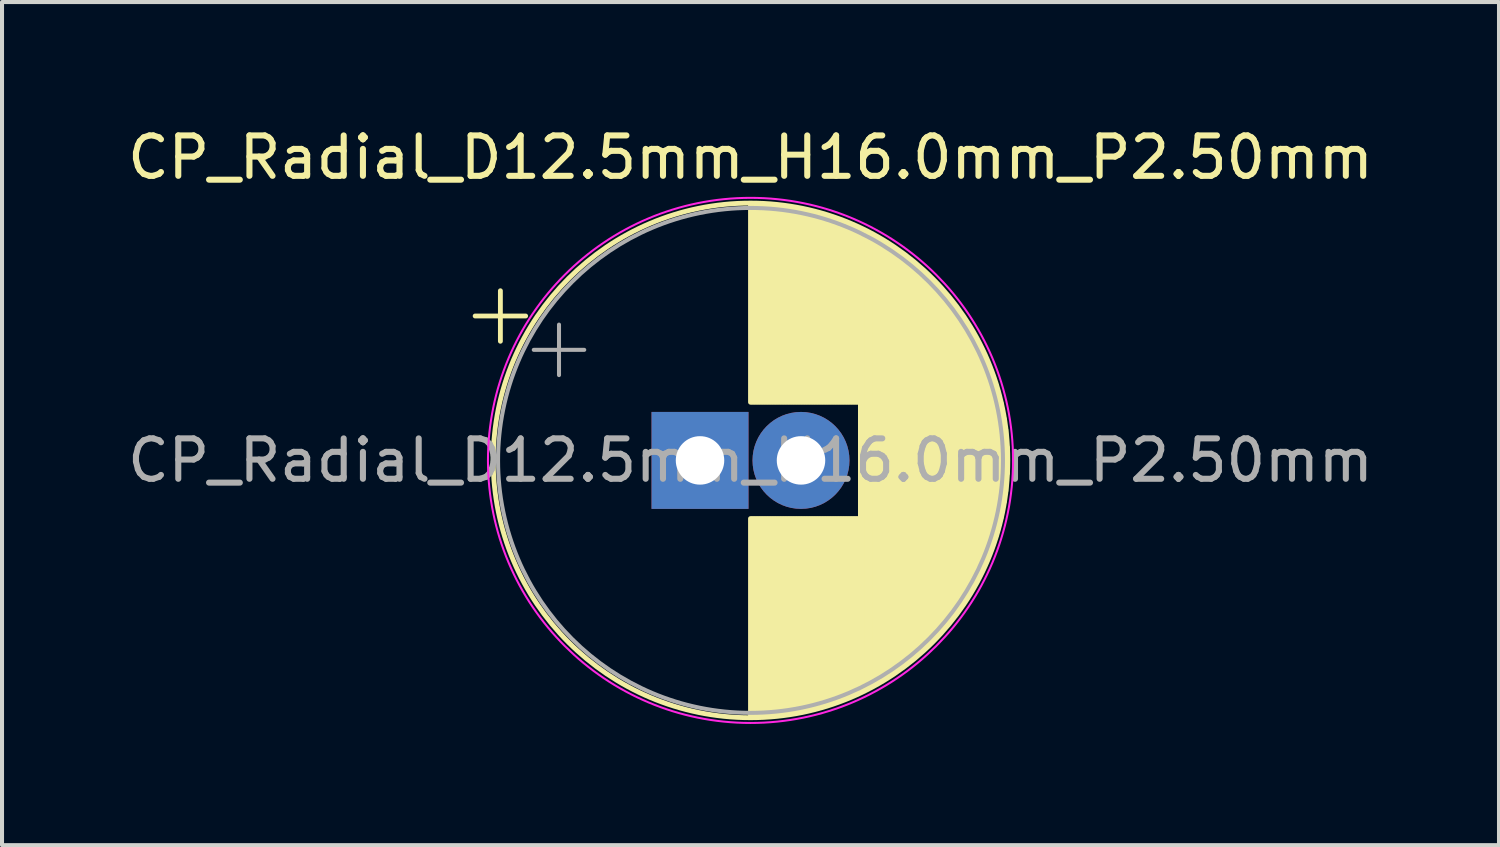
<source format=kicad_pcb>
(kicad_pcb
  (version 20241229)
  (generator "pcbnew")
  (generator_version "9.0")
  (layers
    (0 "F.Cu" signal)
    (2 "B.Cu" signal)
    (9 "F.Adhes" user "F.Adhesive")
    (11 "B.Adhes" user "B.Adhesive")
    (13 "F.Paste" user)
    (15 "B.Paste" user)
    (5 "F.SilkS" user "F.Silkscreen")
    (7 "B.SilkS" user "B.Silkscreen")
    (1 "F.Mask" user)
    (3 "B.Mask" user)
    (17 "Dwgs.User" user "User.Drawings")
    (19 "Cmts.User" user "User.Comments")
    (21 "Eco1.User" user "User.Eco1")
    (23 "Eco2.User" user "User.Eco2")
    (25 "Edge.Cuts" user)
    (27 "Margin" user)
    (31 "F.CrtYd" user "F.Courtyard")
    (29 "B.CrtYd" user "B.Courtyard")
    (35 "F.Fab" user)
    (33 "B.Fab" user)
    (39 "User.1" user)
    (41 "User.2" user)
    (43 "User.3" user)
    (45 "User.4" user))
  (footprint "CP_Radial_D12.5mm_H16.0mm_P2.50mm"
    (layer "F.Cu")
    (at 14.28 8.348)
    (property "Reference" "CP_Radial_D12.5mm_H16.0mm_P2.50mm" (at 1.25 -7.5 0) (layer "F.SilkS") (effects (font (size 1 1) (thickness 0.15))))
    (attr through_hole)
    (fp_line (start -5.567 -3.575) (end -4.317 -3.575) (stroke (width 0.12) (type solid)) (layer "F.SilkS"))
    (fp_line (start -4.942 -4.2) (end -4.942 -2.95) (stroke (width 0.12) (type solid)) (layer "F.SilkS"))
    (fp_line (start 1.25 -6.33) (end 1.25 -1.44) (stroke (width 0.12) (type solid)) (layer "F.SilkS"))
    (fp_line (start 1.25 1.44) (end 1.25 6.33) (stroke (width 0.12) (type solid)) (layer "F.SilkS"))
    (fp_line (start 1.29 -6.33) (end 1.29 -1.44) (stroke (width 0.12) (type solid)) (layer "F.SilkS"))
    (fp_line (start 1.29 1.44) (end 1.29 6.33) (stroke (width 0.12) (type solid)) (layer "F.SilkS"))
    (fp_line (start 1.33 -6.33) (end 1.33 -1.44) (stroke (width 0.12) (type solid)) (layer "F.SilkS"))
    (fp_line (start 1.33 1.44) (end 1.33 6.33) (stroke (width 0.12) (type solid)) (layer "F.SilkS"))
    (fp_line (start 1.37 -6.329) (end 1.37 -1.44) (stroke (width 0.12) (type solid)) (layer "F.SilkS"))
    (fp_line (start 1.37 1.44) (end 1.37 6.329) (stroke (width 0.12) (type solid)) (layer "F.SilkS"))
    (fp_line (start 1.41 -6.328) (end 1.41 -1.44) (stroke (width 0.12) (type solid)) (layer "F.SilkS"))
    (fp_line (start 1.41 1.44) (end 1.41 6.328) (stroke (width 0.12) (type solid)) (layer "F.SilkS"))
    (fp_line (start 1.45 -6.327) (end 1.45 -1.44) (stroke (width 0.12) (type solid)) (layer "F.SilkS"))
    (fp_line (start 1.45 1.44) (end 1.45 6.327) (stroke (width 0.12) (type solid)) (layer "F.SilkS"))
    (fp_line (start 1.49 -6.326) (end 1.49 -1.44) (stroke (width 0.12) (type solid)) (layer "F.SilkS"))
    (fp_line (start 1.49 1.44) (end 1.49 6.326) (stroke (width 0.12) (type solid)) (layer "F.SilkS"))
    (fp_line (start 1.53 -6.324) (end 1.53 -1.44) (stroke (width 0.12) (type solid)) (layer "F.SilkS"))
    (fp_line (start 1.53 1.44) (end 1.53 6.324) (stroke (width 0.12) (type solid)) (layer "F.SilkS"))
    (fp_line (start 1.57 -6.322) (end 1.57 -1.44) (stroke (width 0.12) (type solid)) (layer "F.SilkS"))
    (fp_line (start 1.57 1.44) (end 1.57 6.322) (stroke (width 0.12) (type solid)) (layer "F.SilkS"))
    (fp_line (start 1.61 -6.32) (end 1.61 -1.44) (stroke (width 0.12) (type solid)) (layer "F.SilkS"))
    (fp_line (start 1.61 1.44) (end 1.61 6.32) (stroke (width 0.12) (type solid)) (layer "F.SilkS"))
    (fp_line (start 1.65 -6.318) (end 1.65 -1.44) (stroke (width 0.12) (type solid)) (layer "F.SilkS"))
    (fp_line (start 1.65 1.44) (end 1.65 6.318) (stroke (width 0.12) (type solid)) (layer "F.SilkS"))
    (fp_line (start 1.69 -6.315) (end 1.69 -1.44) (stroke (width 0.12) (type solid)) (layer "F.SilkS"))
    (fp_line (start 1.69 1.44) (end 1.69 6.315) (stroke (width 0.12) (type solid)) (layer "F.SilkS"))
    (fp_line (start 1.73 -6.312) (end 1.73 -1.44) (stroke (width 0.12) (type solid)) (layer "F.SilkS"))
    (fp_line (start 1.73 1.44) (end 1.73 6.312) (stroke (width 0.12) (type solid)) (layer "F.SilkS"))
    (fp_line (start 1.77 -6.309) (end 1.77 -1.44) (stroke (width 0.12) (type solid)) (layer "F.SilkS"))
    (fp_line (start 1.77 1.44) (end 1.77 6.309) (stroke (width 0.12) (type solid)) (layer "F.SilkS"))
    (fp_line (start 1.81 -6.306) (end 1.81 -1.44) (stroke (width 0.12) (type solid)) (layer "F.SilkS"))
    (fp_line (start 1.81 1.44) (end 1.81 6.306) (stroke (width 0.12) (type solid)) (layer "F.SilkS"))
    (fp_line (start 1.85 -6.302) (end 1.85 -1.44) (stroke (width 0.12) (type solid)) (layer "F.SilkS"))
    (fp_line (start 1.85 1.44) (end 1.85 6.302) (stroke (width 0.12) (type solid)) (layer "F.SilkS"))
    (fp_line (start 1.89 -6.298) (end 1.89 -1.44) (stroke (width 0.12) (type solid)) (layer "F.SilkS"))
    (fp_line (start 1.89 1.44) (end 1.89 6.298) (stroke (width 0.12) (type solid)) (layer "F.SilkS"))
    (fp_line (start 1.93 -6.294) (end 1.93 -1.44) (stroke (width 0.12) (type solid)) (layer "F.SilkS"))
    (fp_line (start 1.93 1.44) (end 1.93 6.294) (stroke (width 0.12) (type solid)) (layer "F.SilkS"))
    (fp_line (start 1.971 -6.29) (end 1.971 -1.44) (stroke (width 0.12) (type solid)) (layer "F.SilkS"))
    (fp_line (start 1.971 1.44) (end 1.971 6.29) (stroke (width 0.12) (type solid)) (layer "F.SilkS"))
    (fp_line (start 2.011 -6.285) (end 2.011 -1.44) (stroke (width 0.12) (type solid)) (layer "F.SilkS"))
    (fp_line (start 2.011 1.44) (end 2.011 6.285) (stroke (width 0.12) (type solid)) (layer "F.SilkS"))
    (fp_line (start 2.051 -6.28) (end 2.051 -1.44) (stroke (width 0.12) (type solid)) (layer "F.SilkS"))
    (fp_line (start 2.051 1.44) (end 2.051 6.28) (stroke (width 0.12) (type solid)) (layer "F.SilkS"))
    (fp_line (start 2.091 -6.275) (end 2.091 -1.44) (stroke (width 0.12) (type solid)) (layer "F.SilkS"))
    (fp_line (start 2.091 1.44) (end 2.091 6.275) (stroke (width 0.12) (type solid)) (layer "F.SilkS"))
    (fp_line (start 2.131 -6.269) (end 2.131 -1.44) (stroke (width 0.12) (type solid)) (layer "F.SilkS"))
    (fp_line (start 2.131 1.44) (end 2.131 6.269) (stroke (width 0.12) (type solid)) (layer "F.SilkS"))
    (fp_line (start 2.171 -6.264) (end 2.171 -1.44) (stroke (width 0.12) (type solid)) (layer "F.SilkS"))
    (fp_line (start 2.171 1.44) (end 2.171 6.264) (stroke (width 0.12) (type solid)) (layer "F.SilkS"))
    (fp_line (start 2.211 -6.258) (end 2.211 -1.44) (stroke (width 0.12) (type solid)) (layer "F.SilkS"))
    (fp_line (start 2.211 1.44) (end 2.211 6.258) (stroke (width 0.12) (type solid)) (layer "F.SilkS"))
    (fp_line (start 2.251 -6.252) (end 2.251 -1.44) (stroke (width 0.12) (type solid)) (layer "F.SilkS"))
    (fp_line (start 2.251 1.44) (end 2.251 6.252) (stroke (width 0.12) (type solid)) (layer "F.SilkS"))
    (fp_line (start 2.291 -6.245) (end 2.291 -1.44) (stroke (width 0.12) (type solid)) (layer "F.SilkS"))
    (fp_line (start 2.291 1.44) (end 2.291 6.245) (stroke (width 0.12) (type solid)) (layer "F.SilkS"))
    (fp_line (start 2.331 -6.238) (end 2.331 -1.44) (stroke (width 0.12) (type solid)) (layer "F.SilkS"))
    (fp_line (start 2.331 1.44) (end 2.331 6.238) (stroke (width 0.12) (type solid)) (layer "F.SilkS"))
    (fp_line (start 2.371 -6.231) (end 2.371 -1.44) (stroke (width 0.12) (type solid)) (layer "F.SilkS"))
    (fp_line (start 2.371 1.44) (end 2.371 6.231) (stroke (width 0.12) (type solid)) (layer "F.SilkS"))
    (fp_line (start 2.411 -6.224) (end 2.411 -1.44) (stroke (width 0.12) (type solid)) (layer "F.SilkS"))
    (fp_line (start 2.411 1.44) (end 2.411 6.224) (stroke (width 0.12) (type solid)) (layer "F.SilkS"))
    (fp_line (start 2.451 -6.216) (end 2.451 -1.44) (stroke (width 0.12) (type solid)) (layer "F.SilkS"))
    (fp_line (start 2.451 1.44) (end 2.451 6.216) (stroke (width 0.12) (type solid)) (layer "F.SilkS"))
    (fp_line (start 2.491 -6.209) (end 2.491 -1.44) (stroke (width 0.12) (type solid)) (layer "F.SilkS"))
    (fp_line (start 2.491 1.44) (end 2.491 6.209) (stroke (width 0.12) (type solid)) (layer "F.SilkS"))
    (fp_line (start 2.531 -6.201) (end 2.531 -1.44) (stroke (width 0.12) (type solid)) (layer "F.SilkS"))
    (fp_line (start 2.531 1.44) (end 2.531 6.201) (stroke (width 0.12) (type solid)) (layer "F.SilkS"))
    (fp_line (start 2.571 -6.192) (end 2.571 -1.44) (stroke (width 0.12) (type solid)) (layer "F.SilkS"))
    (fp_line (start 2.571 1.44) (end 2.571 6.192) (stroke (width 0.12) (type solid)) (layer "F.SilkS"))
    (fp_line (start 2.611 -6.184) (end 2.611 -1.44) (stroke (width 0.12) (type solid)) (layer "F.SilkS"))
    (fp_line (start 2.611 1.44) (end 2.611 6.184) (stroke (width 0.12) (type solid)) (layer "F.SilkS"))
    (fp_line (start 2.651 -6.175) (end 2.651 -1.44) (stroke (width 0.12) (type solid)) (layer "F.SilkS"))
    (fp_line (start 2.651 1.44) (end 2.651 6.175) (stroke (width 0.12) (type solid)) (layer "F.SilkS"))
    (fp_line (start 2.691 -6.166) (end 2.691 -1.44) (stroke (width 0.12) (type solid)) (layer "F.SilkS"))
    (fp_line (start 2.691 1.44) (end 2.691 6.166) (stroke (width 0.12) (type solid)) (layer "F.SilkS"))
    (fp_line (start 2.731 -6.156) (end 2.731 -1.44) (stroke (width 0.12) (type solid)) (layer "F.SilkS"))
    (fp_line (start 2.731 1.44) (end 2.731 6.156) (stroke (width 0.12) (type solid)) (layer "F.SilkS"))
    (fp_line (start 2.771 -6.146) (end 2.771 -1.44) (stroke (width 0.12) (type solid)) (layer "F.SilkS"))
    (fp_line (start 2.771 1.44) (end 2.771 6.146) (stroke (width 0.12) (type solid)) (layer "F.SilkS"))
    (fp_line (start 2.811 -6.137) (end 2.811 -1.44) (stroke (width 0.12) (type solid)) (layer "F.SilkS"))
    (fp_line (start 2.811 1.44) (end 2.811 6.137) (stroke (width 0.12) (type solid)) (layer "F.SilkS"))
    (fp_line (start 2.851 -6.126) (end 2.851 -1.44) (stroke (width 0.12) (type solid)) (layer "F.SilkS"))
    (fp_line (start 2.851 1.44) (end 2.851 6.126) (stroke (width 0.12) (type solid)) (layer "F.SilkS"))
    (fp_line (start 2.891 -6.116) (end 2.891 -1.44) (stroke (width 0.12) (type solid)) (layer "F.SilkS"))
    (fp_line (start 2.891 1.44) (end 2.891 6.116) (stroke (width 0.12) (type solid)) (layer "F.SilkS"))
    (fp_line (start 2.931 -6.105) (end 2.931 -1.44) (stroke (width 0.12) (type solid)) (layer "F.SilkS"))
    (fp_line (start 2.931 1.44) (end 2.931 6.105) (stroke (width 0.12) (type solid)) (layer "F.SilkS"))
    (fp_line (start 2.971 -6.094) (end 2.971 -1.44) (stroke (width 0.12) (type solid)) (layer "F.SilkS"))
    (fp_line (start 2.971 1.44) (end 2.971 6.094) (stroke (width 0.12) (type solid)) (layer "F.SilkS"))
    (fp_line (start 3.011 -6.083) (end 3.011 -1.44) (stroke (width 0.12) (type solid)) (layer "F.SilkS"))
    (fp_line (start 3.011 1.44) (end 3.011 6.083) (stroke (width 0.12) (type solid)) (layer "F.SilkS"))
    (fp_line (start 3.051 -6.071) (end 3.051 -1.44) (stroke (width 0.12) (type solid)) (layer "F.SilkS"))
    (fp_line (start 3.051 1.44) (end 3.051 6.071) (stroke (width 0.12) (type solid)) (layer "F.SilkS"))
    (fp_line (start 3.091 -6.059) (end 3.091 -1.44) (stroke (width 0.12) (type solid)) (layer "F.SilkS"))
    (fp_line (start 3.091 1.44) (end 3.091 6.059) (stroke (width 0.12) (type solid)) (layer "F.SilkS"))
    (fp_line (start 3.131 -6.047) (end 3.131 -1.44) (stroke (width 0.12) (type solid)) (layer "F.SilkS"))
    (fp_line (start 3.131 1.44) (end 3.131 6.047) (stroke (width 0.12) (type solid)) (layer "F.SilkS"))
    (fp_line (start 3.171 -6.034) (end 3.171 -1.44) (stroke (width 0.12) (type solid)) (layer "F.SilkS"))
    (fp_line (start 3.171 1.44) (end 3.171 6.034) (stroke (width 0.12) (type solid)) (layer "F.SilkS"))
    (fp_line (start 3.211 -6.021) (end 3.211 -1.44) (stroke (width 0.12) (type solid)) (layer "F.SilkS"))
    (fp_line (start 3.211 1.44) (end 3.211 6.021) (stroke (width 0.12) (type solid)) (layer "F.SilkS"))
    (fp_line (start 3.251 -6.008) (end 3.251 -1.44) (stroke (width 0.12) (type solid)) (layer "F.SilkS"))
    (fp_line (start 3.251 1.44) (end 3.251 6.008) (stroke (width 0.12) (type solid)) (layer "F.SilkS"))
    (fp_line (start 3.291 -5.995) (end 3.291 -1.44) (stroke (width 0.12) (type solid)) (layer "F.SilkS"))
    (fp_line (start 3.291 1.44) (end 3.291 5.995) (stroke (width 0.12) (type solid)) (layer "F.SilkS"))
    (fp_line (start 3.331 -5.981) (end 3.331 -1.44) (stroke (width 0.12) (type solid)) (layer "F.SilkS"))
    (fp_line (start 3.331 1.44) (end 3.331 5.981) (stroke (width 0.12) (type solid)) (layer "F.SilkS"))
    (fp_line (start 3.371 -5.967) (end 3.371 -1.44) (stroke (width 0.12) (type solid)) (layer "F.SilkS"))
    (fp_line (start 3.371 1.44) (end 3.371 5.967) (stroke (width 0.12) (type solid)) (layer "F.SilkS"))
    (fp_line (start 3.411 -5.953) (end 3.411 -1.44) (stroke (width 0.12) (type solid)) (layer "F.SilkS"))
    (fp_line (start 3.411 1.44) (end 3.411 5.953) (stroke (width 0.12) (type solid)) (layer "F.SilkS"))
    (fp_line (start 3.451 -5.939) (end 3.451 -1.44) (stroke (width 0.12) (type solid)) (layer "F.SilkS"))
    (fp_line (start 3.451 1.44) (end 3.451 5.939) (stroke (width 0.12) (type solid)) (layer "F.SilkS"))
    (fp_line (start 3.491 -5.924) (end 3.491 -1.44) (stroke (width 0.12) (type solid)) (layer "F.SilkS"))
    (fp_line (start 3.491 1.44) (end 3.491 5.924) (stroke (width 0.12) (type solid)) (layer "F.SilkS"))
    (fp_line (start 3.531 -5.908) (end 3.531 -1.44) (stroke (width 0.12) (type solid)) (layer "F.SilkS"))
    (fp_line (start 3.531 1.44) (end 3.531 5.908) (stroke (width 0.12) (type solid)) (layer "F.SilkS"))
    (fp_line (start 3.571 -5.893) (end 3.571 -1.44) (stroke (width 0.12) (type solid)) (layer "F.SilkS"))
    (fp_line (start 3.571 1.44) (end 3.571 5.893) (stroke (width 0.12) (type solid)) (layer "F.SilkS"))
    (fp_line (start 3.611 -5.877) (end 3.611 -1.44) (stroke (width 0.12) (type solid)) (layer "F.SilkS"))
    (fp_line (start 3.611 1.44) (end 3.611 5.877) (stroke (width 0.12) (type solid)) (layer "F.SilkS"))
    (fp_line (start 3.651 -5.861) (end 3.651 -1.44) (stroke (width 0.12) (type solid)) (layer "F.SilkS"))
    (fp_line (start 3.651 1.44) (end 3.651 5.861) (stroke (width 0.12) (type solid)) (layer "F.SilkS"))
    (fp_line (start 3.691 -5.845) (end 3.691 -1.44) (stroke (width 0.12) (type solid)) (layer "F.SilkS"))
    (fp_line (start 3.691 1.44) (end 3.691 5.845) (stroke (width 0.12) (type solid)) (layer "F.SilkS"))
    (fp_line (start 3.731 -5.828) (end 3.731 -1.44) (stroke (width 0.12) (type solid)) (layer "F.SilkS"))
    (fp_line (start 3.731 1.44) (end 3.731 5.828) (stroke (width 0.12) (type solid)) (layer "F.SilkS"))
    (fp_line (start 3.771 -5.811) (end 3.771 -1.44) (stroke (width 0.12) (type solid)) (layer "F.SilkS"))
    (fp_line (start 3.771 1.44) (end 3.771 5.811) (stroke (width 0.12) (type solid)) (layer "F.SilkS"))
    (fp_line (start 3.811 -5.793) (end 3.811 -1.44) (stroke (width 0.12) (type solid)) (layer "F.SilkS"))
    (fp_line (start 3.811 1.44) (end 3.811 5.793) (stroke (width 0.12) (type solid)) (layer "F.SilkS"))
    (fp_line (start 3.851 -5.776) (end 3.851 -1.44) (stroke (width 0.12) (type solid)) (layer "F.SilkS"))
    (fp_line (start 3.851 1.44) (end 3.851 5.776) (stroke (width 0.12) (type solid)) (layer "F.SilkS"))
    (fp_line (start 3.891 -5.758) (end 3.891 -1.44) (stroke (width 0.12) (type solid)) (layer "F.SilkS"))
    (fp_line (start 3.891 1.44) (end 3.891 5.758) (stroke (width 0.12) (type solid)) (layer "F.SilkS"))
    (fp_line (start 3.931 -5.739) (end 3.931 -1.44) (stroke (width 0.12) (type solid)) (layer "F.SilkS"))
    (fp_line (start 3.931 1.44) (end 3.931 5.739) (stroke (width 0.12) (type solid)) (layer "F.SilkS"))
    (fp_line (start 3.971 -5.721) (end 3.971 5.721) (stroke (width 0.12) (type solid)) (layer "F.SilkS"))
    (fp_line (start 4.011 -5.702) (end 4.011 5.702) (stroke (width 0.12) (type solid)) (layer "F.SilkS"))
    (fp_line (start 4.051 -5.682) (end 4.051 5.682) (stroke (width 0.12) (type solid)) (layer "F.SilkS"))
    (fp_line (start 4.091 -5.662) (end 4.091 5.662) (stroke (width 0.12) (type solid)) (layer "F.SilkS"))
    (fp_line (start 4.131 -5.642) (end 4.131 5.642) (stroke (width 0.12) (type solid)) (layer "F.SilkS"))
    (fp_line (start 4.171 -5.622) (end 4.171 5.622) (stroke (width 0.12) (type solid)) (layer "F.SilkS"))
    (fp_line (start 4.211 -5.601) (end 4.211 5.601) (stroke (width 0.12) (type solid)) (layer "F.SilkS"))
    (fp_line (start 4.251 -5.58) (end 4.251 5.58) (stroke (width 0.12) (type solid)) (layer "F.SilkS"))
    (fp_line (start 4.291 -5.558) (end 4.291 5.558) (stroke (width 0.12) (type solid)) (layer "F.SilkS"))
    (fp_line (start 4.331 -5.536) (end 4.331 5.536) (stroke (width 0.12) (type solid)) (layer "F.SilkS"))
    (fp_line (start 4.371 -5.514) (end 4.371 5.514) (stroke (width 0.12) (type solid)) (layer "F.SilkS"))
    (fp_line (start 4.411 -5.491) (end 4.411 5.491) (stroke (width 0.12) (type solid)) (layer "F.SilkS"))
    (fp_line (start 4.451 -5.468) (end 4.451 5.468) (stroke (width 0.12) (type solid)) (layer "F.SilkS"))
    (fp_line (start 4.491 -5.445) (end 4.491 5.445) (stroke (width 0.12) (type solid)) (layer "F.SilkS"))
    (fp_line (start 4.531 -5.421) (end 4.531 5.421) (stroke (width 0.12) (type solid)) (layer "F.SilkS"))
    (fp_line (start 4.571 -5.397) (end 4.571 5.397) (stroke (width 0.12) (type solid)) (layer "F.SilkS"))
    (fp_line (start 4.611 -5.372) (end 4.611 5.372) (stroke (width 0.12) (type solid)) (layer "F.SilkS"))
    (fp_line (start 4.651 -5.347) (end 4.651 5.347) (stroke (width 0.12) (type solid)) (layer "F.SilkS"))
    (fp_line (start 4.691 -5.322) (end 4.691 5.322) (stroke (width 0.12) (type solid)) (layer "F.SilkS"))
    (fp_line (start 4.731 -5.296) (end 4.731 5.296) (stroke (width 0.12) (type solid)) (layer "F.SilkS"))
    (fp_line (start 4.771 -5.27) (end 4.771 5.27) (stroke (width 0.12) (type solid)) (layer "F.SilkS"))
    (fp_line (start 4.811 -5.243) (end 4.811 5.243) (stroke (width 0.12) (type solid)) (layer "F.SilkS"))
    (fp_line (start 4.851 -5.216) (end 4.851 5.216) (stroke (width 0.12) (type solid)) (layer "F.SilkS"))
    (fp_line (start 4.891 -5.188) (end 4.891 5.188) (stroke (width 0.12) (type solid)) (layer "F.SilkS"))
    (fp_line (start 4.931 -5.16) (end 4.931 5.16) (stroke (width 0.12) (type solid)) (layer "F.SilkS"))
    (fp_line (start 4.971 -5.131) (end 4.971 5.131) (stroke (width 0.12) (type solid)) (layer "F.SilkS"))
    (fp_line (start 5.011 -5.102) (end 5.011 5.102) (stroke (width 0.12) (type solid)) (layer "F.SilkS"))
    (fp_line (start 5.051 -5.073) (end 5.051 5.073) (stroke (width 0.12) (type solid)) (layer "F.SilkS"))
    (fp_line (start 5.091 -5.043) (end 5.091 5.043) (stroke (width 0.12) (type solid)) (layer "F.SilkS"))
    (fp_line (start 5.131 -5.012) (end 5.131 5.012) (stroke (width 0.12) (type solid)) (layer "F.SilkS"))
    (fp_line (start 5.171 -4.982) (end 5.171 4.982) (stroke (width 0.12) (type solid)) (layer "F.SilkS"))
    (fp_line (start 5.211 -4.95) (end 5.211 4.95) (stroke (width 0.12) (type solid)) (layer "F.SilkS"))
    (fp_line (start 5.251 -4.918) (end 5.251 4.918) (stroke (width 0.12) (type solid)) (layer "F.SilkS"))
    (fp_line (start 5.291 -4.885) (end 5.291 4.885) (stroke (width 0.12) (type solid)) (layer "F.SilkS"))
    (fp_line (start 5.331 -4.852) (end 5.331 4.852) (stroke (width 0.12) (type solid)) (layer "F.SilkS"))
    (fp_line (start 5.371 -4.819) (end 5.371 4.819) (stroke (width 0.12) (type solid)) (layer "F.SilkS"))
    (fp_line (start 5.411 -4.785) (end 5.411 4.785) (stroke (width 0.12) (type solid)) (layer "F.SilkS"))
    (fp_line (start 5.451 -4.75) (end 5.451 4.75) (stroke (width 0.12) (type solid)) (layer "F.SilkS"))
    (fp_line (start 5.491 -4.714) (end 5.491 4.714) (stroke (width 0.12) (type solid)) (layer "F.SilkS"))
    (fp_line (start 5.531 -4.678) (end 5.531 4.678) (stroke (width 0.12) (type solid)) (layer "F.SilkS"))
    (fp_line (start 5.571 -4.642) (end 5.571 4.642) (stroke (width 0.12) (type solid)) (layer "F.SilkS"))
    (fp_line (start 5.611 -4.605) (end 5.611 4.605) (stroke (width 0.12) (type solid)) (layer "F.SilkS"))
    (fp_line (start 5.651 -4.567) (end 5.651 4.567) (stroke (width 0.12) (type solid)) (layer "F.SilkS"))
    (fp_line (start 5.691 -4.528) (end 5.691 4.528) (stroke (width 0.12) (type solid)) (layer "F.SilkS"))
    (fp_line (start 5.731 -4.489) (end 5.731 4.489) (stroke (width 0.12) (type solid)) (layer "F.SilkS"))
    (fp_line (start 5.771 -4.449) (end 5.771 4.449) (stroke (width 0.12) (type solid)) (layer "F.SilkS"))
    (fp_line (start 5.811 -4.408) (end 5.811 4.408) (stroke (width 0.12) (type solid)) (layer "F.SilkS"))
    (fp_line (start 5.851 -4.367) (end 5.851 4.367) (stroke (width 0.12) (type solid)) (layer "F.SilkS"))
    (fp_line (start 5.891 -4.325) (end 5.891 4.325) (stroke (width 0.12) (type solid)) (layer "F.SilkS"))
    (fp_line (start 5.931 -4.282) (end 5.931 4.282) (stroke (width 0.12) (type solid)) (layer "F.SilkS"))
    (fp_line (start 5.971 -4.238) (end 5.971 4.238) (stroke (width 0.12) (type solid)) (layer "F.SilkS"))
    (fp_line (start 6.011 -4.194) (end 6.011 4.194) (stroke (width 0.12) (type solid)) (layer "F.SilkS"))
    (fp_line (start 6.051 -4.148) (end 6.051 4.148) (stroke (width 0.12) (type solid)) (layer "F.SilkS"))
    (fp_line (start 6.091 -4.102) (end 6.091 4.102) (stroke (width 0.12) (type solid)) (layer "F.SilkS"))
    (fp_line (start 6.131 -4.055) (end 6.131 4.055) (stroke (width 0.12) (type solid)) (layer "F.SilkS"))
    (fp_line (start 6.171 -4.007) (end 6.171 4.007) (stroke (width 0.12) (type solid)) (layer "F.SilkS"))
    (fp_line (start 6.211 -3.957) (end 6.211 3.957) (stroke (width 0.12) (type solid)) (layer "F.SilkS"))
    (fp_line (start 6.251 -3.907) (end 6.251 3.907) (stroke (width 0.12) (type solid)) (layer "F.SilkS"))
    (fp_line (start 6.291 -3.856) (end 6.291 3.856) (stroke (width 0.12) (type solid)) (layer "F.SilkS"))
    (fp_line (start 6.331 -3.804) (end 6.331 3.804) (stroke (width 0.12) (type solid)) (layer "F.SilkS"))
    (fp_line (start 6.371 -3.75) (end 6.371 3.75) (stroke (width 0.12) (type solid)) (layer "F.SilkS"))
    (fp_line (start 6.411 -3.696) (end 6.411 3.696) (stroke (width 0.12) (type solid)) (layer "F.SilkS"))
    (fp_line (start 6.451 -3.64) (end 6.451 3.64) (stroke (width 0.12) (type solid)) (layer "F.SilkS"))
    (fp_line (start 6.491 -3.583) (end 6.491 3.583) (stroke (width 0.12) (type solid)) (layer "F.SilkS"))
    (fp_line (start 6.531 -3.524) (end 6.531 3.524) (stroke (width 0.12) (type solid)) (layer "F.SilkS"))
    (fp_line (start 6.571 -3.464) (end 6.571 3.464) (stroke (width 0.12) (type solid)) (layer "F.SilkS"))
    (fp_line (start 6.611 -3.402) (end 6.611 3.402) (stroke (width 0.12) (type solid)) (layer "F.SilkS"))
    (fp_line (start 6.651 -3.339) (end 6.651 3.339) (stroke (width 0.12) (type solid)) (layer "F.SilkS"))
    (fp_line (start 6.691 -3.275) (end 6.691 3.275) (stroke (width 0.12) (type solid)) (layer "F.SilkS"))
    (fp_line (start 6.731 -3.208) (end 6.731 3.208) (stroke (width 0.12) (type solid)) (layer "F.SilkS"))
    (fp_line (start 6.771 -3.14) (end 6.771 3.14) (stroke (width 0.12) (type solid)) (layer "F.SilkS"))
    (fp_line (start 6.811 -3.069) (end 6.811 3.069) (stroke (width 0.12) (type solid)) (layer "F.SilkS"))
    (fp_line (start 6.851 -2.996) (end 6.851 2.996) (stroke (width 0.12) (type solid)) (layer "F.SilkS"))
    (fp_line (start 6.891 -2.921) (end 6.891 2.921) (stroke (width 0.12) (type solid)) (layer "F.SilkS"))
    (fp_line (start 6.931 -2.844) (end 6.931 2.844) (stroke (width 0.12) (type solid)) (layer "F.SilkS"))
    (fp_line (start 6.971 -2.764) (end 6.971 2.764) (stroke (width 0.12) (type solid)) (layer "F.SilkS"))
    (fp_line (start 7.011 -2.681) (end 7.011 2.681) (stroke (width 0.12) (type solid)) (layer "F.SilkS"))
    (fp_line (start 7.051 -2.594) (end 7.051 2.594) (stroke (width 0.12) (type solid)) (layer "F.SilkS"))
    (fp_line (start 7.091 -2.504) (end 7.091 2.504) (stroke (width 0.12) (type solid)) (layer "F.SilkS"))
    (fp_line (start 7.131 -2.41) (end 7.131 2.41) (stroke (width 0.12) (type solid)) (layer "F.SilkS"))
    (fp_line (start 7.171 -2.312) (end 7.171 2.312) (stroke (width 0.12) (type solid)) (layer "F.SilkS"))
    (fp_line (start 7.211 -2.209) (end 7.211 2.209) (stroke (width 0.12) (type solid)) (layer "F.SilkS"))
    (fp_line (start 7.251 -2.1) (end 7.251 2.1) (stroke (width 0.12) (type solid)) (layer "F.SilkS"))
    (fp_line (start 7.291 -1.984) (end 7.291 1.984) (stroke (width 0.12) (type solid)) (layer "F.SilkS"))
    (fp_line (start 7.331 -1.861) (end 7.331 1.861) (stroke (width 0.12) (type solid)) (layer "F.SilkS"))
    (fp_line (start 7.371 -1.728) (end 7.371 1.728) (stroke (width 0.12) (type solid)) (layer "F.SilkS"))
    (fp_line (start 7.411 -1.583) (end 7.411 1.583) (stroke (width 0.12) (type solid)) (layer "F.SilkS"))
    (fp_line (start 7.451 -1.422) (end 7.451 1.422) (stroke (width 0.12) (type solid)) (layer "F.SilkS"))
    (fp_line (start 7.491 -1.241) (end 7.491 1.241) (stroke (width 0.12) (type solid)) (layer "F.SilkS"))
    (fp_line (start 7.531 -1.028) (end 7.531 1.028) (stroke (width 0.12) (type solid)) (layer "F.SilkS"))
    (fp_line (start 7.571 -0.757) (end 7.571 0.757) (stroke (width 0.12) (type solid)) (layer "F.SilkS"))
    (fp_line (start 7.611 -0.317) (end 7.611 0.317) (stroke (width 0.12) (type solid)) (layer "F.SilkS"))
    (fp_circle (center 1.25 0) (end 7.62 0) (stroke (width 0.12) (type solid)) (fill no) (layer "F.SilkS"))
    (fp_circle (center 1.25 0) (end 7.75 0) (stroke (width 0.05) (type solid)) (fill no) (layer "F.CrtYd"))
    (fp_line (start -4.116 -2.737) (end -2.866 -2.737) (stroke (width 0.1) (type solid)) (layer "F.Fab"))
    (fp_line (start -3.491 -3.362) (end -3.491 -2.112) (stroke (width 0.1) (type solid)) (layer "F.Fab"))
    (fp_circle (center 1.25 0) (end 7.5 0) (stroke (width 0.1) (type solid)) (fill no) (layer "F.Fab"))
    (fp_text user "${REFERENCE}" (at 1.25 0 0) (layer "F.Fab") (effects (font (size 1 1) (thickness 0.15))))
    (pad "1" thru_hole rect (at 0 0) (size 2.4 2.4) (drill 1.2) (layers "*.Cu" "*.Mask"))
    (pad "2" thru_hole circle (at 2.5 0) (size 2.4 2.4) (drill 1.2) (layers "*.Cu" "*.Mask")))
  (gr_rect
    (start -3 -3)
    (end 34.06 17.873)
    (stroke (width 0.1) (type default))
    (fill no)
    (layer "Edge.Cuts")))
</source>
